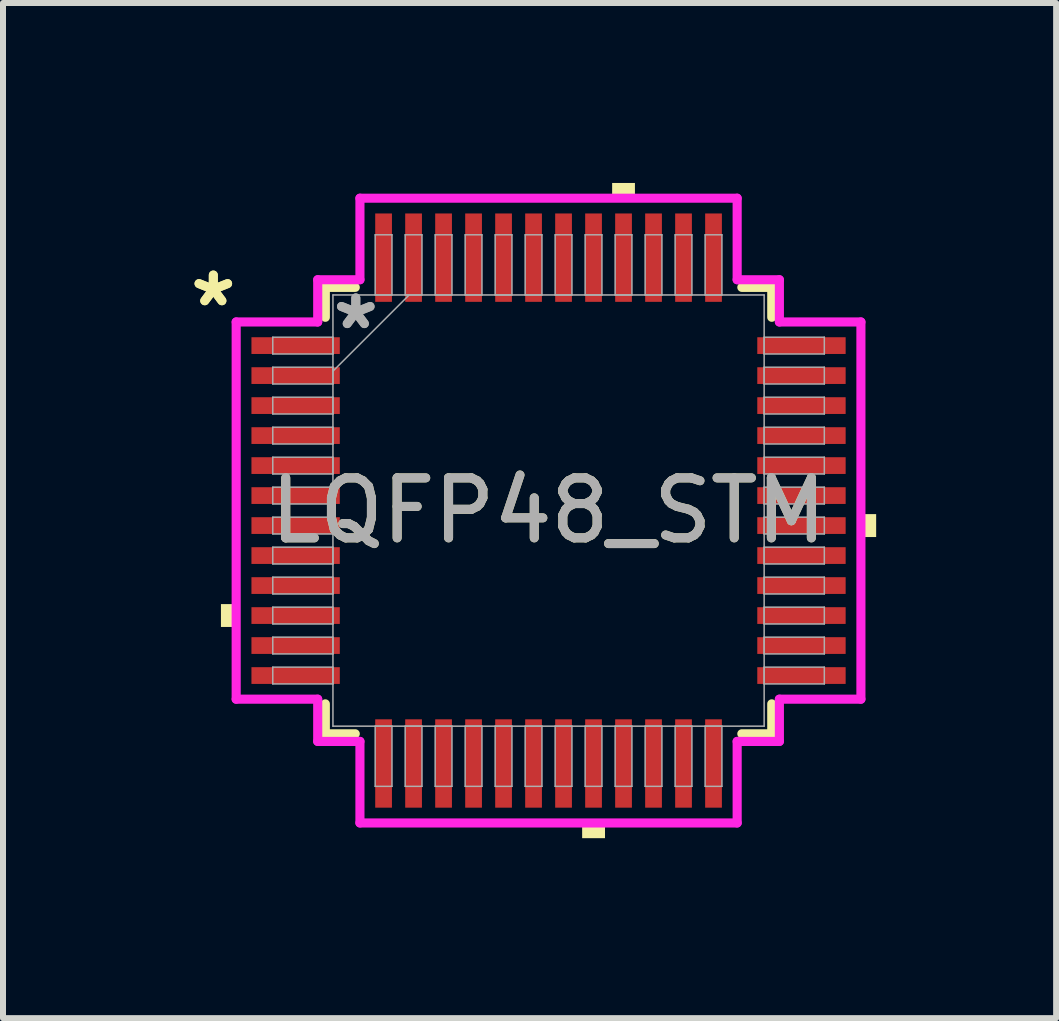
<source format=kicad_pcb>
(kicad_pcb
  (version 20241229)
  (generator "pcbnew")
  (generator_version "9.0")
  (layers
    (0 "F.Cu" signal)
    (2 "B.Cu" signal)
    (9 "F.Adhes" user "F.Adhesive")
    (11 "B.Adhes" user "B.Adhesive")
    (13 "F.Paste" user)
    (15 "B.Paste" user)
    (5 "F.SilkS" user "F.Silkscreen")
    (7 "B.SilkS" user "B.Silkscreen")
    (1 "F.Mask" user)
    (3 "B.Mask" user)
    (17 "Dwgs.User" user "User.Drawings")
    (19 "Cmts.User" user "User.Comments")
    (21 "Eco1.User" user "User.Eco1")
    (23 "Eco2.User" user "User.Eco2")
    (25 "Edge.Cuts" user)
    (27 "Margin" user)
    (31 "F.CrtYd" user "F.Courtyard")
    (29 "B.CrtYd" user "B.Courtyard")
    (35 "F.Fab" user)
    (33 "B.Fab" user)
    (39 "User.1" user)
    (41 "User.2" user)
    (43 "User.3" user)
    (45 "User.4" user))
  (footprint "LQFP48_STM"
    (layer "F.Cu")
    (at 6.094 5.461)
    (property "Reference" "LQFP48_STM" (at 0 0 0) (unlocked yes) (layer "F.SilkS") (effects (font (size 1 1) (thickness 0.15))))
    (attr smd)
    (fp_line (start -3.721 -3.721) (end -3.721 -3.222) (stroke (width 0.152) (type solid)) (layer "F.SilkS"))
    (fp_line (start -3.721 3.222) (end -3.721 3.721) (stroke (width 0.152) (type solid)) (layer "F.SilkS"))
    (fp_line (start -3.721 3.721) (end -3.222 3.721) (stroke (width 0.152) (type solid)) (layer "F.SilkS"))
    (fp_line (start -3.222 -3.721) (end -3.721 -3.721) (stroke (width 0.152) (type solid)) (layer "F.SilkS"))
    (fp_line (start 3.222 3.721) (end 3.721 3.721) (stroke (width 0.152) (type solid)) (layer "F.SilkS"))
    (fp_line (start 3.721 -3.721) (end 3.222 -3.721) (stroke (width 0.152) (type solid)) (layer "F.SilkS"))
    (fp_line (start 3.721 -3.222) (end 3.721 -3.721) (stroke (width 0.152) (type solid)) (layer "F.SilkS"))
    (fp_line (start 3.721 3.721) (end 3.721 3.222) (stroke (width 0.152) (type solid)) (layer "F.SilkS"))
    (fp_poly (pts (xy -5.461 1.559) (xy -5.461 1.94) (xy -5.207 1.94) (xy -5.207 1.559)) (stroke (width 0) (type solid)) (fill yes) (layer "F.SilkS"))
    (fp_poly (pts (xy 0.56 5.207) (xy 0.56 5.461) (xy 0.941 5.461) (xy 0.941 5.207)) (stroke (width 0) (type solid)) (fill yes) (layer "F.SilkS"))
    (fp_poly (pts (xy 1.06 -5.207) (xy 1.06 -5.461) (xy 1.44 -5.461) (xy 1.44 -5.207)) (stroke (width 0) (type solid)) (fill yes) (layer "F.SilkS"))
    (fp_poly (pts (xy 5.461 0.059) (xy 5.461 0.441) (xy 5.207 0.441) (xy 5.207 0.059)) (stroke (width 0) (type solid)) (fill yes) (layer "F.SilkS"))
    (fp_line (start -5.207 -3.144) (end -3.848 -3.144) (stroke (width 0.152) (type solid)) (layer "F.CrtYd"))
    (fp_line (start -5.207 3.144) (end -5.207 -3.144) (stroke (width 0.152) (type solid)) (layer "F.CrtYd"))
    (fp_line (start -3.848 -3.848) (end -3.144 -3.848) (stroke (width 0.152) (type solid)) (layer "F.CrtYd"))
    (fp_line (start -3.848 -3.144) (end -3.848 -3.848) (stroke (width 0.152) (type solid)) (layer "F.CrtYd"))
    (fp_line (start -3.848 3.144) (end -5.207 3.144) (stroke (width 0.152) (type solid)) (layer "F.CrtYd"))
    (fp_line (start -3.848 3.848) (end -3.848 3.144) (stroke (width 0.152) (type solid)) (layer "F.CrtYd"))
    (fp_line (start -3.848 3.848) (end -3.144 3.848) (stroke (width 0.152) (type solid)) (layer "F.CrtYd"))
    (fp_line (start -3.144 -5.207) (end 3.144 -5.207) (stroke (width 0.152) (type solid)) (layer "F.CrtYd"))
    (fp_line (start -3.144 -3.848) (end -3.144 -5.207) (stroke (width 0.152) (type solid)) (layer "F.CrtYd"))
    (fp_line (start -3.144 3.848) (end -3.144 5.207) (stroke (width 0.152) (type solid)) (layer "F.CrtYd"))
    (fp_line (start -3.144 5.207) (end 3.144 5.207) (stroke (width 0.152) (type solid)) (layer "F.CrtYd"))
    (fp_line (start 3.144 -5.207) (end 3.144 -3.848) (stroke (width 0.152) (type solid)) (layer "F.CrtYd"))
    (fp_line (start 3.144 -3.848) (end 3.848 -3.848) (stroke (width 0.152) (type solid)) (layer "F.CrtYd"))
    (fp_line (start 3.144 3.848) (end 3.848 3.848) (stroke (width 0.152) (type solid)) (layer "F.CrtYd"))
    (fp_line (start 3.144 5.207) (end 3.144 3.848) (stroke (width 0.152) (type solid)) (layer "F.CrtYd"))
    (fp_line (start 3.848 -3.144) (end 3.848 -3.848) (stroke (width 0.152) (type solid)) (layer "F.CrtYd"))
    (fp_line (start 3.848 3.144) (end 5.207 3.144) (stroke (width 0.152) (type solid)) (layer "F.CrtYd"))
    (fp_line (start 3.848 3.848) (end 3.848 3.144) (stroke (width 0.152) (type solid)) (layer "F.CrtYd"))
    (fp_line (start 5.207 -3.144) (end 3.848 -3.144) (stroke (width 0.152) (type solid)) (layer "F.CrtYd"))
    (fp_line (start 5.207 3.144) (end 5.207 -3.144) (stroke (width 0.152) (type solid)) (layer "F.CrtYd"))
    (fp_line (start -4.597 -2.89) (end -4.597 -2.61) (stroke (width 0.025) (type solid)) (layer "F.Fab"))
    (fp_line (start -4.597 -2.61) (end -3.594 -2.61) (stroke (width 0.025) (type solid)) (layer "F.Fab"))
    (fp_line (start -4.597 -2.39) (end -4.597 -2.11) (stroke (width 0.025) (type solid)) (layer "F.Fab"))
    (fp_line (start -4.597 -2.11) (end -3.594 -2.11) (stroke (width 0.025) (type solid)) (layer "F.Fab"))
    (fp_line (start -4.597 -1.89) (end -4.597 -1.61) (stroke (width 0.025) (type solid)) (layer "F.Fab"))
    (fp_line (start -4.597 -1.61) (end -3.594 -1.61) (stroke (width 0.025) (type solid)) (layer "F.Fab"))
    (fp_line (start -4.597 -1.39) (end -4.597 -1.11) (stroke (width 0.025) (type solid)) (layer "F.Fab"))
    (fp_line (start -4.597 -1.11) (end -3.594 -1.11) (stroke (width 0.025) (type solid)) (layer "F.Fab"))
    (fp_line (start -4.597 -0.89) (end -4.597 -0.61) (stroke (width 0.025) (type solid)) (layer "F.Fab"))
    (fp_line (start -4.597 -0.61) (end -3.594 -0.61) (stroke (width 0.025) (type solid)) (layer "F.Fab"))
    (fp_line (start -4.597 -0.39) (end -4.597 -0.11) (stroke (width 0.025) (type solid)) (layer "F.Fab"))
    (fp_line (start -4.597 -0.11) (end -3.594 -0.11) (stroke (width 0.025) (type solid)) (layer "F.Fab"))
    (fp_line (start -4.597 0.11) (end -4.597 0.39) (stroke (width 0.025) (type solid)) (layer "F.Fab"))
    (fp_line (start -4.597 0.39) (end -3.594 0.39) (stroke (width 0.025) (type solid)) (layer "F.Fab"))
    (fp_line (start -4.597 0.61) (end -4.597 0.89) (stroke (width 0.025) (type solid)) (layer "F.Fab"))
    (fp_line (start -4.597 0.89) (end -3.594 0.89) (stroke (width 0.025) (type solid)) (layer "F.Fab"))
    (fp_line (start -4.597 1.11) (end -4.597 1.39) (stroke (width 0.025) (type solid)) (layer "F.Fab"))
    (fp_line (start -4.597 1.39) (end -3.594 1.39) (stroke (width 0.025) (type solid)) (layer "F.Fab"))
    (fp_line (start -4.597 1.61) (end -4.597 1.89) (stroke (width 0.025) (type solid)) (layer "F.Fab"))
    (fp_line (start -4.597 1.89) (end -3.594 1.89) (stroke (width 0.025) (type solid)) (layer "F.Fab"))
    (fp_line (start -4.597 2.11) (end -4.597 2.39) (stroke (width 0.025) (type solid)) (layer "F.Fab"))
    (fp_line (start -4.597 2.39) (end -3.594 2.39) (stroke (width 0.025) (type solid)) (layer "F.Fab"))
    (fp_line (start -4.597 2.61) (end -4.597 2.89) (stroke (width 0.025) (type solid)) (layer "F.Fab"))
    (fp_line (start -4.597 2.89) (end -3.594 2.89) (stroke (width 0.025) (type solid)) (layer "F.Fab"))
    (fp_line (start -3.594 -3.594) (end -3.594 3.594) (stroke (width 0.025) (type solid)) (layer "F.Fab"))
    (fp_line (start -3.594 -2.89) (end -4.597 -2.89) (stroke (width 0.025) (type solid)) (layer "F.Fab"))
    (fp_line (start -3.594 -2.61) (end -3.594 -2.89) (stroke (width 0.025) (type solid)) (layer "F.Fab"))
    (fp_line (start -3.594 -2.39) (end -4.597 -2.39) (stroke (width 0.025) (type solid)) (layer "F.Fab"))
    (fp_line (start -3.594 -2.324) (end -2.324 -3.594) (stroke (width 0.025) (type solid)) (layer "F.Fab"))
    (fp_line (start -3.594 -2.11) (end -3.594 -2.39) (stroke (width 0.025) (type solid)) (layer "F.Fab"))
    (fp_line (start -3.594 -1.89) (end -4.597 -1.89) (stroke (width 0.025) (type solid)) (layer "F.Fab"))
    (fp_line (start -3.594 -1.61) (end -3.594 -1.89) (stroke (width 0.025) (type solid)) (layer "F.Fab"))
    (fp_line (start -3.594 -1.39) (end -4.597 -1.39) (stroke (width 0.025) (type solid)) (layer "F.Fab"))
    (fp_line (start -3.594 -1.11) (end -3.594 -1.39) (stroke (width 0.025) (type solid)) (layer "F.Fab"))
    (fp_line (start -3.594 -0.89) (end -4.597 -0.89) (stroke (width 0.025) (type solid)) (layer "F.Fab"))
    (fp_line (start -3.594 -0.61) (end -3.594 -0.89) (stroke (width 0.025) (type solid)) (layer "F.Fab"))
    (fp_line (start -3.594 -0.39) (end -4.597 -0.39) (stroke (width 0.025) (type solid)) (layer "F.Fab"))
    (fp_line (start -3.594 -0.11) (end -3.594 -0.39) (stroke (width 0.025) (type solid)) (layer "F.Fab"))
    (fp_line (start -3.594 0.11) (end -4.597 0.11) (stroke (width 0.025) (type solid)) (layer "F.Fab"))
    (fp_line (start -3.594 0.39) (end -3.594 0.11) (stroke (width 0.025) (type solid)) (layer "F.Fab"))
    (fp_line (start -3.594 0.61) (end -4.597 0.61) (stroke (width 0.025) (type solid)) (layer "F.Fab"))
    (fp_line (start -3.594 0.89) (end -3.594 0.61) (stroke (width 0.025) (type solid)) (layer "F.Fab"))
    (fp_line (start -3.594 1.11) (end -4.597 1.11) (stroke (width 0.025) (type solid)) (layer "F.Fab"))
    (fp_line (start -3.594 1.39) (end -3.594 1.11) (stroke (width 0.025) (type solid)) (layer "F.Fab"))
    (fp_line (start -3.594 1.61) (end -4.597 1.61) (stroke (width 0.025) (type solid)) (layer "F.Fab"))
    (fp_line (start -3.594 1.89) (end -3.594 1.61) (stroke (width 0.025) (type solid)) (layer "F.Fab"))
    (fp_line (start -3.594 2.11) (end -4.597 2.11) (stroke (width 0.025) (type solid)) (layer "F.Fab"))
    (fp_line (start -3.594 2.39) (end -3.594 2.11) (stroke (width 0.025) (type solid)) (layer "F.Fab"))
    (fp_line (start -3.594 2.61) (end -4.597 2.61) (stroke (width 0.025) (type solid)) (layer "F.Fab"))
    (fp_line (start -3.594 2.89) (end -3.594 2.61) (stroke (width 0.025) (type solid)) (layer "F.Fab"))
    (fp_line (start -3.594 3.594) (end 3.594 3.594) (stroke (width 0.025) (type solid)) (layer "F.Fab"))
    (fp_line (start -2.89 -4.597) (end -2.89 -3.594) (stroke (width 0.025) (type solid)) (layer "F.Fab"))
    (fp_line (start -2.89 -3.594) (end -2.61 -3.594) (stroke (width 0.025) (type solid)) (layer "F.Fab"))
    (fp_line (start -2.89 3.594) (end -2.89 4.597) (stroke (width 0.025) (type solid)) (layer "F.Fab"))
    (fp_line (start -2.89 4.597) (end -2.61 4.597) (stroke (width 0.025) (type solid)) (layer "F.Fab"))
    (fp_line (start -2.61 -4.597) (end -2.89 -4.597) (stroke (width 0.025) (type solid)) (layer "F.Fab"))
    (fp_line (start -2.61 -3.594) (end -2.61 -4.597) (stroke (width 0.025) (type solid)) (layer "F.Fab"))
    (fp_line (start -2.61 3.594) (end -2.89 3.594) (stroke (width 0.025) (type solid)) (layer "F.Fab"))
    (fp_line (start -2.61 4.597) (end -2.61 3.594) (stroke (width 0.025) (type solid)) (layer "F.Fab"))
    (fp_line (start -2.39 -4.597) (end -2.39 -3.594) (stroke (width 0.025) (type solid)) (layer "F.Fab"))
    (fp_line (start -2.39 -3.594) (end -2.11 -3.594) (stroke (width 0.025) (type solid)) (layer "F.Fab"))
    (fp_line (start -2.39 3.594) (end -2.39 4.597) (stroke (width 0.025) (type solid)) (layer "F.Fab"))
    (fp_line (start -2.39 4.597) (end -2.11 4.597) (stroke (width 0.025) (type solid)) (layer "F.Fab"))
    (fp_line (start -2.11 -4.597) (end -2.39 -4.597) (stroke (width 0.025) (type solid)) (layer "F.Fab"))
    (fp_line (start -2.11 -3.594) (end -2.11 -4.597) (stroke (width 0.025) (type solid)) (layer "F.Fab"))
    (fp_line (start -2.11 3.594) (end -2.39 3.594) (stroke (width 0.025) (type solid)) (layer "F.Fab"))
    (fp_line (start -2.11 4.597) (end -2.11 3.594) (stroke (width 0.025) (type solid)) (layer "F.Fab"))
    (fp_line (start -1.89 -4.597) (end -1.89 -3.594) (stroke (width 0.025) (type solid)) (layer "F.Fab"))
    (fp_line (start -1.89 -3.594) (end -1.61 -3.594) (stroke (width 0.025) (type solid)) (layer "F.Fab"))
    (fp_line (start -1.89 3.594) (end -1.89 4.597) (stroke (width 0.025) (type solid)) (layer "F.Fab"))
    (fp_line (start -1.89 4.597) (end -1.61 4.597) (stroke (width 0.025) (type solid)) (layer "F.Fab"))
    (fp_line (start -1.61 -4.597) (end -1.89 -4.597) (stroke (width 0.025) (type solid)) (layer "F.Fab"))
    (fp_line (start -1.61 -3.594) (end -1.61 -4.597) (stroke (width 0.025) (type solid)) (layer "F.Fab"))
    (fp_line (start -1.61 3.594) (end -1.89 3.594) (stroke (width 0.025) (type solid)) (layer "F.Fab"))
    (fp_line (start -1.61 4.597) (end -1.61 3.594) (stroke (width 0.025) (type solid)) (layer "F.Fab"))
    (fp_line (start -1.39 -4.597) (end -1.39 -3.594) (stroke (width 0.025) (type solid)) (layer "F.Fab"))
    (fp_line (start -1.39 -3.594) (end -1.11 -3.594) (stroke (width 0.025) (type solid)) (layer "F.Fab"))
    (fp_line (start -1.39 3.594) (end -1.39 4.597) (stroke (width 0.025) (type solid)) (layer "F.Fab"))
    (fp_line (start -1.39 4.597) (end -1.11 4.597) (stroke (width 0.025) (type solid)) (layer "F.Fab"))
    (fp_line (start -1.11 -4.597) (end -1.39 -4.597) (stroke (width 0.025) (type solid)) (layer "F.Fab"))
    (fp_line (start -1.11 -3.594) (end -1.11 -4.597) (stroke (width 0.025) (type solid)) (layer "F.Fab"))
    (fp_line (start -1.11 3.594) (end -1.39 3.594) (stroke (width 0.025) (type solid)) (layer "F.Fab"))
    (fp_line (start -1.11 4.597) (end -1.11 3.594) (stroke (width 0.025) (type solid)) (layer "F.Fab"))
    (fp_line (start -0.89 -4.597) (end -0.89 -3.594) (stroke (width 0.025) (type solid)) (layer "F.Fab"))
    (fp_line (start -0.89 -3.594) (end -0.61 -3.594) (stroke (width 0.025) (type solid)) (layer "F.Fab"))
    (fp_line (start -0.89 3.594) (end -0.89 4.597) (stroke (width 0.025) (type solid)) (layer "F.Fab"))
    (fp_line (start -0.89 4.597) (end -0.61 4.597) (stroke (width 0.025) (type solid)) (layer "F.Fab"))
    (fp_line (start -0.61 -4.597) (end -0.89 -4.597) (stroke (width 0.025) (type solid)) (layer "F.Fab"))
    (fp_line (start -0.61 -3.594) (end -0.61 -4.597) (stroke (width 0.025) (type solid)) (layer "F.Fab"))
    (fp_line (start -0.61 3.594) (end -0.89 3.594) (stroke (width 0.025) (type solid)) (layer "F.Fab"))
    (fp_line (start -0.61 4.597) (end -0.61 3.594) (stroke (width 0.025) (type solid)) (layer "F.Fab"))
    (fp_line (start -0.39 -4.597) (end -0.39 -3.594) (stroke (width 0.025) (type solid)) (layer "F.Fab"))
    (fp_line (start -0.39 -3.594) (end -0.11 -3.594) (stroke (width 0.025) (type solid)) (layer "F.Fab"))
    (fp_line (start -0.39 3.594) (end -0.39 4.597) (stroke (width 0.025) (type solid)) (layer "F.Fab"))
    (fp_line (start -0.39 4.597) (end -0.11 4.597) (stroke (width 0.025) (type solid)) (layer "F.Fab"))
    (fp_line (start -0.11 -4.597) (end -0.39 -4.597) (stroke (width 0.025) (type solid)) (layer "F.Fab"))
    (fp_line (start -0.11 -3.594) (end -0.11 -4.597) (stroke (width 0.025) (type solid)) (layer "F.Fab"))
    (fp_line (start -0.11 3.594) (end -0.39 3.594) (stroke (width 0.025) (type solid)) (layer "F.Fab"))
    (fp_line (start -0.11 4.597) (end -0.11 3.594) (stroke (width 0.025) (type solid)) (layer "F.Fab"))
    (fp_line (start 0.11 -4.597) (end 0.11 -3.594) (stroke (width 0.025) (type solid)) (layer "F.Fab"))
    (fp_line (start 0.11 -3.594) (end 0.39 -3.594) (stroke (width 0.025) (type solid)) (layer "F.Fab"))
    (fp_line (start 0.11 3.594) (end 0.11 4.597) (stroke (width 0.025) (type solid)) (layer "F.Fab"))
    (fp_line (start 0.11 4.597) (end 0.39 4.597) (stroke (width 0.025) (type solid)) (layer "F.Fab"))
    (fp_line (start 0.39 -4.597) (end 0.11 -4.597) (stroke (width 0.025) (type solid)) (layer "F.Fab"))
    (fp_line (start 0.39 -3.594) (end 0.39 -4.597) (stroke (width 0.025) (type solid)) (layer "F.Fab"))
    (fp_line (start 0.39 3.594) (end 0.11 3.594) (stroke (width 0.025) (type solid)) (layer "F.Fab"))
    (fp_line (start 0.39 4.597) (end 0.39 3.594) (stroke (width 0.025) (type solid)) (layer "F.Fab"))
    (fp_line (start 0.61 -4.597) (end 0.61 -3.594) (stroke (width 0.025) (type solid)) (layer "F.Fab"))
    (fp_line (start 0.61 -3.594) (end 0.89 -3.594) (stroke (width 0.025) (type solid)) (layer "F.Fab"))
    (fp_line (start 0.61 3.594) (end 0.61 4.597) (stroke (width 0.025) (type solid)) (layer "F.Fab"))
    (fp_line (start 0.61 4.597) (end 0.89 4.597) (stroke (width 0.025) (type solid)) (layer "F.Fab"))
    (fp_line (start 0.89 -4.597) (end 0.61 -4.597) (stroke (width 0.025) (type solid)) (layer "F.Fab"))
    (fp_line (start 0.89 -3.594) (end 0.89 -4.597) (stroke (width 0.025) (type solid)) (layer "F.Fab"))
    (fp_line (start 0.89 3.594) (end 0.61 3.594) (stroke (width 0.025) (type solid)) (layer "F.Fab"))
    (fp_line (start 0.89 4.597) (end 0.89 3.594) (stroke (width 0.025) (type solid)) (layer "F.Fab"))
    (fp_line (start 1.11 -4.597) (end 1.11 -3.594) (stroke (width 0.025) (type solid)) (layer "F.Fab"))
    (fp_line (start 1.11 -3.594) (end 1.39 -3.594) (stroke (width 0.025) (type solid)) (layer "F.Fab"))
    (fp_line (start 1.11 3.594) (end 1.11 4.597) (stroke (width 0.025) (type solid)) (layer "F.Fab"))
    (fp_line (start 1.11 4.597) (end 1.39 4.597) (stroke (width 0.025) (type solid)) (layer "F.Fab"))
    (fp_line (start 1.39 -4.597) (end 1.11 -4.597) (stroke (width 0.025) (type solid)) (layer "F.Fab"))
    (fp_line (start 1.39 -3.594) (end 1.39 -4.597) (stroke (width 0.025) (type solid)) (layer "F.Fab"))
    (fp_line (start 1.39 3.594) (end 1.11 3.594) (stroke (width 0.025) (type solid)) (layer "F.Fab"))
    (fp_line (start 1.39 4.597) (end 1.39 3.594) (stroke (width 0.025) (type solid)) (layer "F.Fab"))
    (fp_line (start 1.61 -4.597) (end 1.61 -3.594) (stroke (width 0.025) (type solid)) (layer "F.Fab"))
    (fp_line (start 1.61 -3.594) (end 1.89 -3.594) (stroke (width 0.025) (type solid)) (layer "F.Fab"))
    (fp_line (start 1.61 3.594) (end 1.61 4.597) (stroke (width 0.025) (type solid)) (layer "F.Fab"))
    (fp_line (start 1.61 4.597) (end 1.89 4.597) (stroke (width 0.025) (type solid)) (layer "F.Fab"))
    (fp_line (start 1.89 -4.597) (end 1.61 -4.597) (stroke (width 0.025) (type solid)) (layer "F.Fab"))
    (fp_line (start 1.89 -3.594) (end 1.89 -4.597) (stroke (width 0.025) (type solid)) (layer "F.Fab"))
    (fp_line (start 1.89 3.594) (end 1.61 3.594) (stroke (width 0.025) (type solid)) (layer "F.Fab"))
    (fp_line (start 1.89 4.597) (end 1.89 3.594) (stroke (width 0.025) (type solid)) (layer "F.Fab"))
    (fp_line (start 2.11 -4.597) (end 2.11 -3.594) (stroke (width 0.025) (type solid)) (layer "F.Fab"))
    (fp_line (start 2.11 -3.594) (end 2.39 -3.594) (stroke (width 0.025) (type solid)) (layer "F.Fab"))
    (fp_line (start 2.11 3.594) (end 2.11 4.597) (stroke (width 0.025) (type solid)) (layer "F.Fab"))
    (fp_line (start 2.11 4.597) (end 2.39 4.597) (stroke (width 0.025) (type solid)) (layer "F.Fab"))
    (fp_line (start 2.39 -4.597) (end 2.11 -4.597) (stroke (width 0.025) (type solid)) (layer "F.Fab"))
    (fp_line (start 2.39 -3.594) (end 2.39 -4.597) (stroke (width 0.025) (type solid)) (layer "F.Fab"))
    (fp_line (start 2.39 3.594) (end 2.11 3.594) (stroke (width 0.025) (type solid)) (layer "F.Fab"))
    (fp_line (start 2.39 4.597) (end 2.39 3.594) (stroke (width 0.025) (type solid)) (layer "F.Fab"))
    (fp_line (start 2.61 -4.597) (end 2.61 -3.594) (stroke (width 0.025) (type solid)) (layer "F.Fab"))
    (fp_line (start 2.61 -3.594) (end 2.89 -3.594) (stroke (width 0.025) (type solid)) (layer "F.Fab"))
    (fp_line (start 2.61 3.594) (end 2.61 4.597) (stroke (width 0.025) (type solid)) (layer "F.Fab"))
    (fp_line (start 2.61 4.597) (end 2.89 4.597) (stroke (width 0.025) (type solid)) (layer "F.Fab"))
    (fp_line (start 2.89 -4.597) (end 2.61 -4.597) (stroke (width 0.025) (type solid)) (layer "F.Fab"))
    (fp_line (start 2.89 -3.594) (end 2.89 -4.597) (stroke (width 0.025) (type solid)) (layer "F.Fab"))
    (fp_line (start 2.89 3.594) (end 2.61 3.594) (stroke (width 0.025) (type solid)) (layer "F.Fab"))
    (fp_line (start 2.89 4.597) (end 2.89 3.594) (stroke (width 0.025) (type solid)) (layer "F.Fab"))
    (fp_line (start 3.594 -3.594) (end -3.594 -3.594) (stroke (width 0.025) (type solid)) (layer "F.Fab"))
    (fp_line (start 3.594 -2.89) (end 3.594 -2.61) (stroke (width 0.025) (type solid)) (layer "F.Fab"))
    (fp_line (start 3.594 -2.61) (end 4.597 -2.61) (stroke (width 0.025) (type solid)) (layer "F.Fab"))
    (fp_line (start 3.594 -2.39) (end 3.594 -2.11) (stroke (width 0.025) (type solid)) (layer "F.Fab"))
    (fp_line (start 3.594 -2.11) (end 4.597 -2.11) (stroke (width 0.025) (type solid)) (layer "F.Fab"))
    (fp_line (start 3.594 -1.89) (end 3.594 -1.61) (stroke (width 0.025) (type solid)) (layer "F.Fab"))
    (fp_line (start 3.594 -1.61) (end 4.597 -1.61) (stroke (width 0.025) (type solid)) (layer "F.Fab"))
    (fp_line (start 3.594 -1.39) (end 3.594 -1.11) (stroke (width 0.025) (type solid)) (layer "F.Fab"))
    (fp_line (start 3.594 -1.11) (end 4.597 -1.11) (stroke (width 0.025) (type solid)) (layer "F.Fab"))
    (fp_line (start 3.594 -0.89) (end 3.594 -0.61) (stroke (width 0.025) (type solid)) (layer "F.Fab"))
    (fp_line (start 3.594 -0.61) (end 4.597 -0.61) (stroke (width 0.025) (type solid)) (layer "F.Fab"))
    (fp_line (start 3.594 -0.39) (end 3.594 -0.11) (stroke (width 0.025) (type solid)) (layer "F.Fab"))
    (fp_line (start 3.594 -0.11) (end 4.597 -0.11) (stroke (width 0.025) (type solid)) (layer "F.Fab"))
    (fp_line (start 3.594 0.11) (end 3.594 0.39) (stroke (width 0.025) (type solid)) (layer "F.Fab"))
    (fp_line (start 3.594 0.39) (end 4.597 0.39) (stroke (width 0.025) (type solid)) (layer "F.Fab"))
    (fp_line (start 3.594 0.61) (end 3.594 0.89) (stroke (width 0.025) (type solid)) (layer "F.Fab"))
    (fp_line (start 3.594 0.89) (end 4.597 0.89) (stroke (width 0.025) (type solid)) (layer "F.Fab"))
    (fp_line (start 3.594 1.11) (end 3.594 1.39) (stroke (width 0.025) (type solid)) (layer "F.Fab"))
    (fp_line (start 3.594 1.39) (end 4.597 1.39) (stroke (width 0.025) (type solid)) (layer "F.Fab"))
    (fp_line (start 3.594 1.61) (end 3.594 1.89) (stroke (width 0.025) (type solid)) (layer "F.Fab"))
    (fp_line (start 3.594 1.89) (end 4.597 1.89) (stroke (width 0.025) (type solid)) (layer "F.Fab"))
    (fp_line (start 3.594 2.11) (end 3.594 2.39) (stroke (width 0.025) (type solid)) (layer "F.Fab"))
    (fp_line (start 3.594 2.39) (end 4.597 2.39) (stroke (width 0.025) (type solid)) (layer "F.Fab"))
    (fp_line (start 3.594 2.61) (end 3.594 2.89) (stroke (width 0.025) (type solid)) (layer "F.Fab"))
    (fp_line (start 3.594 2.89) (end 4.597 2.89) (stroke (width 0.025) (type solid)) (layer "F.Fab"))
    (fp_line (start 3.594 3.594) (end 3.594 -3.594) (stroke (width 0.025) (type solid)) (layer "F.Fab"))
    (fp_line (start 4.597 -2.89) (end 3.594 -2.89) (stroke (width 0.025) (type solid)) (layer "F.Fab"))
    (fp_line (start 4.597 -2.61) (end 4.597 -2.89) (stroke (width 0.025) (type solid)) (layer "F.Fab"))
    (fp_line (start 4.597 -2.39) (end 3.594 -2.39) (stroke (width 0.025) (type solid)) (layer "F.Fab"))
    (fp_line (start 4.597 -2.11) (end 4.597 -2.39) (stroke (width 0.025) (type solid)) (layer "F.Fab"))
    (fp_line (start 4.597 -1.89) (end 3.594 -1.89) (stroke (width 0.025) (type solid)) (layer "F.Fab"))
    (fp_line (start 4.597 -1.61) (end 4.597 -1.89) (stroke (width 0.025) (type solid)) (layer "F.Fab"))
    (fp_line (start 4.597 -1.39) (end 3.594 -1.39) (stroke (width 0.025) (type solid)) (layer "F.Fab"))
    (fp_line (start 4.597 -1.11) (end 4.597 -1.39) (stroke (width 0.025) (type solid)) (layer "F.Fab"))
    (fp_line (start 4.597 -0.89) (end 3.594 -0.89) (stroke (width 0.025) (type solid)) (layer "F.Fab"))
    (fp_line (start 4.597 -0.61) (end 4.597 -0.89) (stroke (width 0.025) (type solid)) (layer "F.Fab"))
    (fp_line (start 4.597 -0.39) (end 3.594 -0.39) (stroke (width 0.025) (type solid)) (layer "F.Fab"))
    (fp_line (start 4.597 -0.11) (end 4.597 -0.39) (stroke (width 0.025) (type solid)) (layer "F.Fab"))
    (fp_line (start 4.597 0.11) (end 3.594 0.11) (stroke (width 0.025) (type solid)) (layer "F.Fab"))
    (fp_line (start 4.597 0.39) (end 4.597 0.11) (stroke (width 0.025) (type solid)) (layer "F.Fab"))
    (fp_line (start 4.597 0.61) (end 3.594 0.61) (stroke (width 0.025) (type solid)) (layer "F.Fab"))
    (fp_line (start 4.597 0.89) (end 4.597 0.61) (stroke (width 0.025) (type solid)) (layer "F.Fab"))
    (fp_line (start 4.597 1.11) (end 3.594 1.11) (stroke (width 0.025) (type solid)) (layer "F.Fab"))
    (fp_line (start 4.597 1.39) (end 4.597 1.11) (stroke (width 0.025) (type solid)) (layer "F.Fab"))
    (fp_line (start 4.597 1.61) (end 3.594 1.61) (stroke (width 0.025) (type solid)) (layer "F.Fab"))
    (fp_line (start 4.597 1.89) (end 4.597 1.61) (stroke (width 0.025) (type solid)) (layer "F.Fab"))
    (fp_line (start 4.597 2.11) (end 3.594 2.11) (stroke (width 0.025) (type solid)) (layer "F.Fab"))
    (fp_line (start 4.597 2.39) (end 4.597 2.11) (stroke (width 0.025) (type solid)) (layer "F.Fab"))
    (fp_line (start 4.597 2.61) (end 3.594 2.61) (stroke (width 0.025) (type solid)) (layer "F.Fab"))
    (fp_line (start 4.597 2.89) (end 4.597 2.61) (stroke (width 0.025) (type solid)) (layer "F.Fab"))
    (fp_text user "*" (at -5.588 -3.381 0) (layer "F.SilkS") (effects (font (size 1 1) (thickness 0.15))))
    (fp_text user "*" (at -5.588 -3.381 0) (unlocked yes) (layer "F.SilkS") (effects (font (size 1 1) (thickness 0.15))))
    (fp_text user "*" (at -3.213 -3 0) (unlocked yes) (layer "F.Fab") (effects (font (size 1 1) (thickness 0.15))))
    (fp_text user "${REFERENCE}" (at 0 0 0) (unlocked yes) (layer "F.Fab") (effects (font (size 1 1) (thickness 0.15))))
    (fp_text user "*" (at -3.213 -3 0) (layer "F.Fab") (effects (font (size 1 1) (thickness 0.15))))
    (pad "1" smd rect (at -4.216 -2.75 90) (size 0.279 1.473) (layers "F.Cu" "F.Mask" "F.Paste"))
    (pad "2" smd rect (at -4.216 -2.25 90) (size 0.279 1.473) (layers "F.Cu" "F.Mask" "F.Paste"))
    (pad "3" smd rect (at -4.216 -1.75 90) (size 0.279 1.473) (layers "F.Cu" "F.Mask" "F.Paste"))
    (pad "4" smd rect (at -4.216 -1.25 90) (size 0.279 1.473) (layers "F.Cu" "F.Mask" "F.Paste"))
    (pad "5" smd rect (at -4.216 -0.75 90) (size 0.279 1.473) (layers "F.Cu" "F.Mask" "F.Paste"))
    (pad "6" smd rect (at -4.216 -0.25 90) (size 0.279 1.473) (layers "F.Cu" "F.Mask" "F.Paste"))
    (pad "7" smd rect (at -4.216 0.25 90) (size 0.279 1.473) (layers "F.Cu" "F.Mask" "F.Paste"))
    (pad "8" smd rect (at -4.216 0.75 90) (size 0.279 1.473) (layers "F.Cu" "F.Mask" "F.Paste"))
    (pad "9" smd rect (at -4.216 1.25 90) (size 0.279 1.473) (layers "F.Cu" "F.Mask" "F.Paste"))
    (pad "10" smd rect (at -4.216 1.75 90) (size 0.279 1.473) (layers "F.Cu" "F.Mask" "F.Paste"))
    (pad "11" smd rect (at -4.216 2.25 90) (size 0.279 1.473) (layers "F.Cu" "F.Mask" "F.Paste"))
    (pad "12" smd rect (at -4.216 2.75 90) (size 0.279 1.473) (layers "F.Cu" "F.Mask" "F.Paste"))
    (pad "13" smd rect (at -2.75 4.216) (size 0.279 1.473) (layers "F.Cu" "F.Mask" "F.Paste"))
    (pad "14" smd rect (at -2.25 4.216) (size 0.279 1.473) (layers "F.Cu" "F.Mask" "F.Paste"))
    (pad "15" smd rect (at -1.75 4.216) (size 0.279 1.473) (layers "F.Cu" "F.Mask" "F.Paste"))
    (pad "16" smd rect (at -1.25 4.216) (size 0.279 1.473) (layers "F.Cu" "F.Mask" "F.Paste"))
    (pad "17" smd rect (at -0.75 4.216) (size 0.279 1.473) (layers "F.Cu" "F.Mask" "F.Paste"))
    (pad "18" smd rect (at -0.25 4.216) (size 0.279 1.473) (layers "F.Cu" "F.Mask" "F.Paste"))
    (pad "19" smd rect (at 0.25 4.216) (size 0.279 1.473) (layers "F.Cu" "F.Mask" "F.Paste"))
    (pad "20" smd rect (at 0.75 4.216) (size 0.279 1.473) (layers "F.Cu" "F.Mask" "F.Paste"))
    (pad "21" smd rect (at 1.25 4.216) (size 0.279 1.473) (layers "F.Cu" "F.Mask" "F.Paste"))
    (pad "22" smd rect (at 1.75 4.216) (size 0.279 1.473) (layers "F.Cu" "F.Mask" "F.Paste"))
    (pad "23" smd rect (at 2.25 4.216) (size 0.279 1.473) (layers "F.Cu" "F.Mask" "F.Paste"))
    (pad "24" smd rect (at 2.75 4.216) (size 0.279 1.473) (layers "F.Cu" "F.Mask" "F.Paste"))
    (pad "25" smd rect (at 4.216 2.75 90) (size 0.279 1.473) (layers "F.Cu" "F.Mask" "F.Paste"))
    (pad "26" smd rect (at 4.216 2.25 90) (size 0.279 1.473) (layers "F.Cu" "F.Mask" "F.Paste"))
    (pad "27" smd rect (at 4.216 1.75 90) (size 0.279 1.473) (layers "F.Cu" "F.Mask" "F.Paste"))
    (pad "28" smd rect (at 4.216 1.25 90) (size 0.279 1.473) (layers "F.Cu" "F.Mask" "F.Paste"))
    (pad "29" smd rect (at 4.216 0.75 90) (size 0.279 1.473) (layers "F.Cu" "F.Mask" "F.Paste"))
    (pad "30" smd rect (at 4.216 0.25 90) (size 0.279 1.473) (layers "F.Cu" "F.Mask" "F.Paste"))
    (pad "31" smd rect (at 4.216 -0.25 90) (size 0.279 1.473) (layers "F.Cu" "F.Mask" "F.Paste"))
    (pad "32" smd rect (at 4.216 -0.75 90) (size 0.279 1.473) (layers "F.Cu" "F.Mask" "F.Paste"))
    (pad "33" smd rect (at 4.216 -1.25 90) (size 0.279 1.473) (layers "F.Cu" "F.Mask" "F.Paste"))
    (pad "34" smd rect (at 4.216 -1.75 90) (size 0.279 1.473) (layers "F.Cu" "F.Mask" "F.Paste"))
    (pad "35" smd rect (at 4.216 -2.25 90) (size 0.279 1.473) (layers "F.Cu" "F.Mask" "F.Paste"))
    (pad "36" smd rect (at 4.216 -2.75 90) (size 0.279 1.473) (layers "F.Cu" "F.Mask" "F.Paste"))
    (pad "37" smd rect (at 2.75 -4.216) (size 0.279 1.473) (layers "F.Cu" "F.Mask" "F.Paste"))
    (pad "38" smd rect (at 2.25 -4.216) (size 0.279 1.473) (layers "F.Cu" "F.Mask" "F.Paste"))
    (pad "39" smd rect (at 1.75 -4.216) (size 0.279 1.473) (layers "F.Cu" "F.Mask" "F.Paste"))
    (pad "40" smd rect (at 1.25 -4.216) (size 0.279 1.473) (layers "F.Cu" "F.Mask" "F.Paste"))
    (pad "41" smd rect (at 0.75 -4.216) (size 0.279 1.473) (layers "F.Cu" "F.Mask" "F.Paste"))
    (pad "42" smd rect (at 0.25 -4.216) (size 0.279 1.473) (layers "F.Cu" "F.Mask" "F.Paste"))
    (pad "43" smd rect (at -0.25 -4.216) (size 0.279 1.473) (layers "F.Cu" "F.Mask" "F.Paste"))
    (pad "44" smd rect (at -0.75 -4.216) (size 0.279 1.473) (layers "F.Cu" "F.Mask" "F.Paste"))
    (pad "45" smd rect (at -1.25 -4.216) (size 0.279 1.473) (layers "F.Cu" "F.Mask" "F.Paste"))
    (pad "46" smd rect (at -1.75 -4.216) (size 0.279 1.473) (layers "F.Cu" "F.Mask" "F.Paste"))
    (pad "47" smd rect (at -2.25 -4.216) (size 0.279 1.473) (layers "F.Cu" "F.Mask" "F.Paste"))
    (pad "48" smd rect (at -2.75 -4.216) (size 0.279 1.473) (layers "F.Cu" "F.Mask" "F.Paste")))
  (gr_rect
    (start -3 -3)
    (end 14.555 13.922)
    (stroke (width 0.1) (type default))
    (fill no)
    (layer "Edge.Cuts")))
</source>
